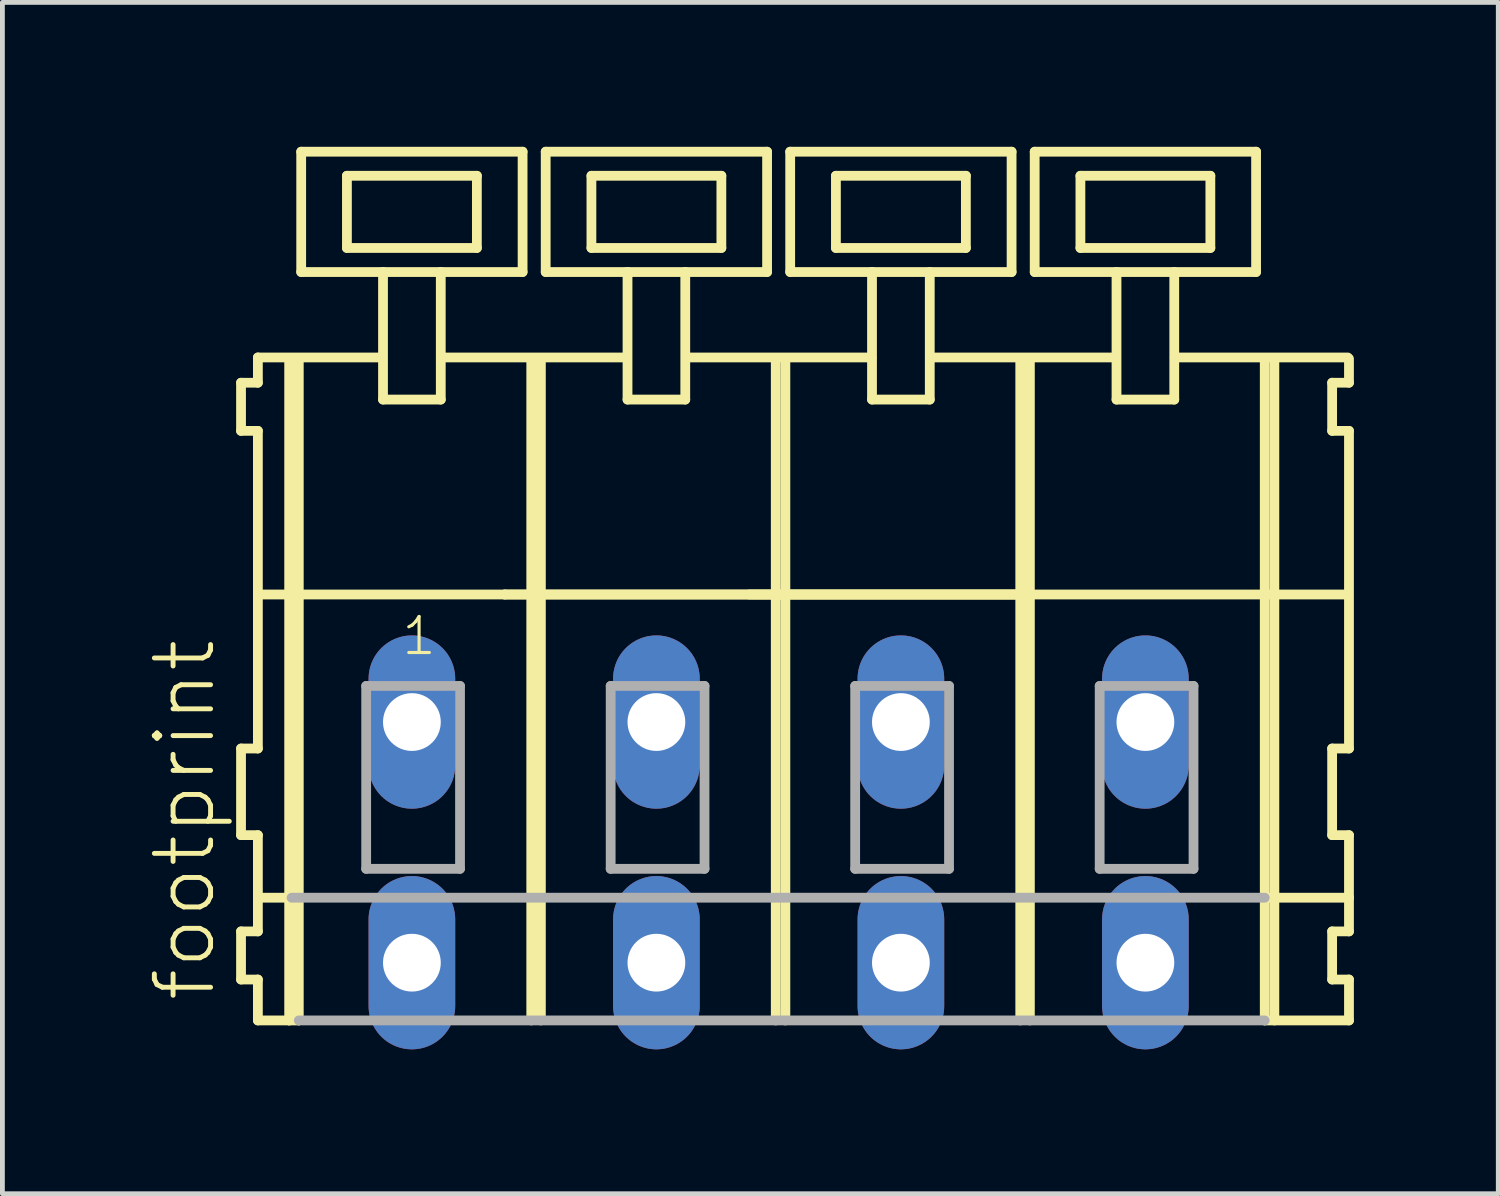
<source format=kicad_pcb>
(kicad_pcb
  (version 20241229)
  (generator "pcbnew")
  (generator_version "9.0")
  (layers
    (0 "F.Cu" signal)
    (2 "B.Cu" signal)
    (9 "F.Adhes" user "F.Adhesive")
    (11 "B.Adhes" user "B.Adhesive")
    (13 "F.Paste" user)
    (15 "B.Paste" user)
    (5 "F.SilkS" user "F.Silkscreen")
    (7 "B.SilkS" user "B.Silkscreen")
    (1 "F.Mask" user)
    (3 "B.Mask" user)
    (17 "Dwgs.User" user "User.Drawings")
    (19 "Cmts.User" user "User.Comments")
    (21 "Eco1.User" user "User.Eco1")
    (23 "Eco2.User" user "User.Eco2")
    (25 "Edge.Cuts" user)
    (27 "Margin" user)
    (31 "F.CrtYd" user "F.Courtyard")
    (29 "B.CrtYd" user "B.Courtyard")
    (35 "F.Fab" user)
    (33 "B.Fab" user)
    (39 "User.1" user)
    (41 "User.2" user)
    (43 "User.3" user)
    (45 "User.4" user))
  (footprint "footprint"
    (layer "F.Cu")
    (at 13.128 11.952)
    (property "Reference" "footprint" (at -11.655 5.855 90) (layer "F.SilkS") (effects (font (size 1.168 1.168) (thickness 0.102)) (justify left bottom)))
    (fp_line (start -11.17 -7.05) (end -11.17 -6.05) (stroke (width 0.203) (type solid)) (layer "F.SilkS"))
    (fp_line (start -11.17 -6.05) (end -10.82 -6.05) (stroke (width 0.203) (type solid)) (layer "F.SilkS"))
    (fp_line (start -11.17 0.55) (end -11.17 2.35) (stroke (width 0.203) (type solid)) (layer "F.SilkS"))
    (fp_line (start -11.17 2.35) (end -10.82 2.35) (stroke (width 0.203) (type solid)) (layer "F.SilkS"))
    (fp_line (start -11.17 4.35) (end -11.17 5.35) (stroke (width 0.203) (type solid)) (layer "F.SilkS"))
    (fp_line (start -11.17 5.35) (end -10.82 5.35) (stroke (width 0.203) (type solid)) (layer "F.SilkS"))
    (fp_line (start -10.82 -7.575) (end -10.82 -7.05) (stroke (width 0.203) (type solid)) (layer "F.SilkS"))
    (fp_line (start -10.82 -7.575) (end -8.245 -7.575) (stroke (width 0.203) (type solid)) (layer "F.SilkS"))
    (fp_line (start -10.82 -7.05) (end -11.17 -7.05) (stroke (width 0.203) (type solid)) (layer "F.SilkS"))
    (fp_line (start -10.82 -6.05) (end -10.82 0.55) (stroke (width 0.203) (type solid)) (layer "F.SilkS"))
    (fp_line (start -10.82 0.55) (end -11.17 0.55) (stroke (width 0.203) (type solid)) (layer "F.SilkS"))
    (fp_line (start -10.82 2.35) (end -10.82 4.35) (stroke (width 0.203) (type solid)) (layer "F.SilkS"))
    (fp_line (start -10.82 3.65) (end -10.12 3.65) (stroke (width 0.203) (type solid)) (layer "F.SilkS"))
    (fp_line (start -10.82 4.35) (end -11.17 4.35) (stroke (width 0.203) (type solid)) (layer "F.SilkS"))
    (fp_line (start -10.82 5.35) (end -10.82 6.2) (stroke (width 0.203) (type solid)) (layer "F.SilkS"))
    (fp_line (start -10.82 6.2) (end -10.17 6.2) (stroke (width 0.203) (type solid)) (layer "F.SilkS"))
    (fp_line (start -10.77 -2.65) (end -5.69 -2.65) (stroke (width 0.203) (type solid)) (layer "F.SilkS"))
    (fp_line (start -10.17 -7.55) (end -10.17 6.2) (stroke (width 0.203) (type solid)) (layer "F.SilkS"))
    (fp_line (start -10.17 6.2) (end -9.97 6.2) (stroke (width 0.203) (type solid)) (layer "F.SilkS"))
    (fp_line (start -9.97 -7.55) (end -9.97 6.2) (stroke (width 0.203) (type solid)) (layer "F.SilkS"))
    (fp_line (start -9.92 -11.85) (end -9.92 -9.35) (stroke (width 0.203) (type solid)) (layer "F.SilkS"))
    (fp_line (start -9.92 -9.35) (end -8.22 -9.35) (stroke (width 0.203) (type solid)) (layer "F.SilkS"))
    (fp_line (start -8.97 -11.35) (end -8.97 -9.85) (stroke (width 0.203) (type solid)) (layer "F.SilkS"))
    (fp_line (start -8.97 -9.85) (end -6.27 -9.85) (stroke (width 0.203) (type solid)) (layer "F.SilkS"))
    (fp_line (start -8.22 -9.35) (end -8.22 -6.7) (stroke (width 0.203) (type solid)) (layer "F.SilkS"))
    (fp_line (start -8.22 -9.35) (end -7.02 -9.35) (stroke (width 0.203) (type solid)) (layer "F.SilkS"))
    (fp_line (start -8.22 -6.7) (end -7.02 -6.7) (stroke (width 0.203) (type solid)) (layer "F.SilkS"))
    (fp_line (start -7.02 -9.35) (end -5.32 -9.35) (stroke (width 0.203) (type solid)) (layer "F.SilkS"))
    (fp_line (start -7.02 -6.7) (end -7.02 -9.35) (stroke (width 0.203) (type solid)) (layer "F.SilkS"))
    (fp_line (start -6.995 -7.575) (end -3.161 -7.575) (stroke (width 0.203) (type solid)) (layer "F.SilkS"))
    (fp_line (start -6.27 -11.35) (end -8.97 -11.35) (stroke (width 0.203) (type solid)) (layer "F.SilkS"))
    (fp_line (start -6.27 -9.85) (end -6.27 -11.35) (stroke (width 0.203) (type solid)) (layer "F.SilkS"))
    (fp_line (start -5.69 -2.65) (end -5.14 -2.65) (stroke (width 0.203) (type solid)) (layer "F.SilkS"))
    (fp_line (start -5.69 -2.65) (end -0.06 -2.65) (stroke (width 0.203) (type solid)) (layer "F.SilkS"))
    (fp_line (start -5.32 -11.85) (end -9.92 -11.85) (stroke (width 0.203) (type solid)) (layer "F.SilkS"))
    (fp_line (start -5.32 -9.35) (end -5.32 -11.85) (stroke (width 0.203) (type solid)) (layer "F.SilkS"))
    (fp_line (start -5.14 -7.55) (end -5.14 -2.65) (stroke (width 0.203) (type solid)) (layer "F.SilkS"))
    (fp_line (start -5.14 -2.65) (end -5.14 6.2) (stroke (width 0.203) (type solid)) (layer "F.SilkS"))
    (fp_line (start -5.14 -2.65) (end -0.06 -2.65) (stroke (width 0.203) (type solid)) (layer "F.SilkS"))
    (fp_line (start -4.94 -7.55) (end -4.94 6.2) (stroke (width 0.203) (type solid)) (layer "F.SilkS"))
    (fp_line (start -4.84 -11.85) (end -4.84 -9.35) (stroke (width 0.203) (type solid)) (layer "F.SilkS"))
    (fp_line (start -4.84 -9.35) (end -3.14 -9.35) (stroke (width 0.203) (type solid)) (layer "F.SilkS"))
    (fp_line (start -3.89 -11.35) (end -3.89 -9.85) (stroke (width 0.203) (type solid)) (layer "F.SilkS"))
    (fp_line (start -3.89 -9.85) (end -1.19 -9.85) (stroke (width 0.203) (type solid)) (layer "F.SilkS"))
    (fp_line (start -3.14 -9.35) (end -3.14 -6.7) (stroke (width 0.203) (type solid)) (layer "F.SilkS"))
    (fp_line (start -3.14 -9.35) (end -1.94 -9.35) (stroke (width 0.203) (type solid)) (layer "F.SilkS"))
    (fp_line (start -3.14 -6.7) (end -1.94 -6.7) (stroke (width 0.203) (type solid)) (layer "F.SilkS"))
    (fp_line (start -1.94 -9.35) (end -0.24 -9.35) (stroke (width 0.203) (type solid)) (layer "F.SilkS"))
    (fp_line (start -1.94 -6.7) (end -1.94 -9.35) (stroke (width 0.203) (type solid)) (layer "F.SilkS"))
    (fp_line (start -1.915 -7.575) (end 1.93 -7.575) (stroke (width 0.203) (type solid)) (layer "F.SilkS"))
    (fp_line (start -1.19 -11.35) (end -3.89 -11.35) (stroke (width 0.203) (type solid)) (layer "F.SilkS"))
    (fp_line (start -1.19 -9.85) (end -1.19 -11.35) (stroke (width 0.203) (type solid)) (layer "F.SilkS"))
    (fp_line (start -0.61 -2.65) (end 5.02 -2.65) (stroke (width 0.203) (type solid)) (layer "F.SilkS"))
    (fp_line (start -0.24 -11.85) (end -4.84 -11.85) (stroke (width 0.203) (type solid)) (layer "F.SilkS"))
    (fp_line (start -0.24 -9.35) (end -0.24 -11.85) (stroke (width 0.203) (type solid)) (layer "F.SilkS"))
    (fp_line (start -0.06 -7.55) (end -0.06 -2.65) (stroke (width 0.203) (type solid)) (layer "F.SilkS"))
    (fp_line (start -0.06 -2.65) (end -0.06 6.2) (stroke (width 0.203) (type solid)) (layer "F.SilkS"))
    (fp_line (start -0.06 -2.65) (end 5.02 -2.65) (stroke (width 0.203) (type solid)) (layer "F.SilkS"))
    (fp_line (start -0.06 -2.65) (end 10.1 -2.65) (stroke (width 0.203) (type solid)) (layer "F.SilkS"))
    (fp_line (start 0.14 -7.55) (end 0.14 6.2) (stroke (width 0.203) (type solid)) (layer "F.SilkS"))
    (fp_line (start 0.24 -11.85) (end 0.24 -9.35) (stroke (width 0.203) (type solid)) (layer "F.SilkS"))
    (fp_line (start 0.24 -9.35) (end 1.94 -9.35) (stroke (width 0.203) (type solid)) (layer "F.SilkS"))
    (fp_line (start 1.19 -11.35) (end 1.19 -9.85) (stroke (width 0.203) (type solid)) (layer "F.SilkS"))
    (fp_line (start 1.19 -9.85) (end 3.89 -9.85) (stroke (width 0.203) (type solid)) (layer "F.SilkS"))
    (fp_line (start 1.94 -9.35) (end 1.94 -6.7) (stroke (width 0.203) (type solid)) (layer "F.SilkS"))
    (fp_line (start 1.94 -9.35) (end 3.14 -9.35) (stroke (width 0.203) (type solid)) (layer "F.SilkS"))
    (fp_line (start 1.94 -6.7) (end 3.14 -6.7) (stroke (width 0.203) (type solid)) (layer "F.SilkS"))
    (fp_line (start 3.14 -9.35) (end 4.84 -9.35) (stroke (width 0.203) (type solid)) (layer "F.SilkS"))
    (fp_line (start 3.14 -6.7) (end 3.14 -9.35) (stroke (width 0.203) (type solid)) (layer "F.SilkS"))
    (fp_line (start 3.165 -7.575) (end 7.01 -7.575) (stroke (width 0.203) (type solid)) (layer "F.SilkS"))
    (fp_line (start 3.89 -11.35) (end 1.19 -11.35) (stroke (width 0.203) (type solid)) (layer "F.SilkS"))
    (fp_line (start 3.89 -9.85) (end 3.89 -11.35) (stroke (width 0.203) (type solid)) (layer "F.SilkS"))
    (fp_line (start 4.84 -11.85) (end 0.24 -11.85) (stroke (width 0.203) (type solid)) (layer "F.SilkS"))
    (fp_line (start 4.84 -9.35) (end 4.84 -11.85) (stroke (width 0.203) (type solid)) (layer "F.SilkS"))
    (fp_line (start 5.02 -7.55) (end 5.02 -2.65) (stroke (width 0.203) (type solid)) (layer "F.SilkS"))
    (fp_line (start 5.02 -2.65) (end 5.02 6.2) (stroke (width 0.203) (type solid)) (layer "F.SilkS"))
    (fp_line (start 5.22 -7.55) (end 5.22 6.2) (stroke (width 0.203) (type solid)) (layer "F.SilkS"))
    (fp_line (start 5.32 -11.85) (end 5.32 -9.35) (stroke (width 0.203) (type solid)) (layer "F.SilkS"))
    (fp_line (start 5.32 -9.35) (end 7.02 -9.35) (stroke (width 0.203) (type solid)) (layer "F.SilkS"))
    (fp_line (start 6.27 -11.35) (end 6.27 -9.85) (stroke (width 0.203) (type solid)) (layer "F.SilkS"))
    (fp_line (start 6.27 -9.85) (end 8.97 -9.85) (stroke (width 0.203) (type solid)) (layer "F.SilkS"))
    (fp_line (start 7.02 -9.35) (end 7.02 -6.7) (stroke (width 0.203) (type solid)) (layer "F.SilkS"))
    (fp_line (start 7.02 -9.35) (end 8.22 -9.35) (stroke (width 0.203) (type solid)) (layer "F.SilkS"))
    (fp_line (start 7.02 -6.7) (end 8.22 -6.7) (stroke (width 0.203) (type solid)) (layer "F.SilkS"))
    (fp_line (start 8.22 -9.35) (end 9.92 -9.35) (stroke (width 0.203) (type solid)) (layer "F.SilkS"))
    (fp_line (start 8.22 -6.7) (end 8.22 -9.35) (stroke (width 0.203) (type solid)) (layer "F.SilkS"))
    (fp_line (start 8.23 -7.575) (end 11.825 -7.575) (stroke (width 0.203) (type solid)) (layer "F.SilkS"))
    (fp_line (start 8.97 -11.35) (end 6.27 -11.35) (stroke (width 0.203) (type solid)) (layer "F.SilkS"))
    (fp_line (start 8.97 -9.85) (end 8.97 -11.35) (stroke (width 0.203) (type solid)) (layer "F.SilkS"))
    (fp_line (start 9.92 -11.85) (end 5.32 -11.85) (stroke (width 0.203) (type solid)) (layer "F.SilkS"))
    (fp_line (start 9.92 -9.35) (end 9.92 -11.85) (stroke (width 0.203) (type solid)) (layer "F.SilkS"))
    (fp_line (start 10.1 -7.55) (end 10.1 -2.65) (stroke (width 0.203) (type solid)) (layer "F.SilkS"))
    (fp_line (start 10.1 -2.65) (end 10.1 6.2) (stroke (width 0.203) (type solid)) (layer "F.SilkS"))
    (fp_line (start 10.1 -2.65) (end 11.8 -2.65) (stroke (width 0.203) (type solid)) (layer "F.SilkS"))
    (fp_line (start 10.1 6.2) (end 11.85 6.2) (stroke (width 0.203) (type solid)) (layer "F.SilkS"))
    (fp_line (start 10.15 3.65) (end 11.85 3.65) (stroke (width 0.203) (type solid)) (layer "F.SilkS"))
    (fp_line (start 10.3 -7.55) (end 10.3 6.2) (stroke (width 0.203) (type solid)) (layer "F.SilkS"))
    (fp_line (start 11.5 -7.05) (end 11.5 -6.05) (stroke (width 0.203) (type solid)) (layer "F.SilkS"))
    (fp_line (start 11.5 -6.05) (end 11.85 -6.05) (stroke (width 0.203) (type solid)) (layer "F.SilkS"))
    (fp_line (start 11.5 0.55) (end 11.5 2.35) (stroke (width 0.203) (type solid)) (layer "F.SilkS"))
    (fp_line (start 11.5 2.35) (end 11.85 2.35) (stroke (width 0.203) (type solid)) (layer "F.SilkS"))
    (fp_line (start 11.5 4.35) (end 11.5 5.35) (stroke (width 0.203) (type solid)) (layer "F.SilkS"))
    (fp_line (start 11.5 5.35) (end 11.85 5.35) (stroke (width 0.203) (type solid)) (layer "F.SilkS"))
    (fp_line (start 11.85 -7.05) (end 11.5 -7.05) (stroke (width 0.203) (type solid)) (layer "F.SilkS"))
    (fp_line (start 11.85 -7.05) (end 11.85 -7.55) (stroke (width 0.203) (type solid)) (layer "F.SilkS"))
    (fp_line (start 11.85 0.55) (end 11.5 0.55) (stroke (width 0.203) (type solid)) (layer "F.SilkS"))
    (fp_line (start 11.85 0.55) (end 11.85 -6.05) (stroke (width 0.203) (type solid)) (layer "F.SilkS"))
    (fp_line (start 11.85 3.65) (end 11.85 2.35) (stroke (width 0.203) (type solid)) (layer "F.SilkS"))
    (fp_line (start 11.85 4.35) (end 11.5 4.35) (stroke (width 0.203) (type solid)) (layer "F.SilkS"))
    (fp_line (start 11.85 4.35) (end 11.85 3.65) (stroke (width 0.203) (type solid)) (layer "F.SilkS"))
    (fp_line (start 11.85 6.2) (end 11.85 5.35) (stroke (width 0.203) (type solid)) (layer "F.SilkS"))
    (fp_line (start -10.12 3.65) (end 10.1 3.65) (stroke (width 0.203) (type solid)) (layer "F.Fab"))
    (fp_line (start -9.97 6.2) (end 10.1 6.2) (stroke (width 0.203) (type solid)) (layer "F.Fab"))
    (fp_line (start -8.57 -0.75) (end -8.57 3.05) (stroke (width 0.203) (type solid)) (layer "F.Fab"))
    (fp_line (start -8.57 3.05) (end -6.62 3.05) (stroke (width 0.203) (type solid)) (layer "F.Fab"))
    (fp_line (start -6.62 -0.75) (end -8.57 -0.75) (stroke (width 0.203) (type solid)) (layer "F.Fab"))
    (fp_line (start -6.62 3.05) (end -6.62 -0.75) (stroke (width 0.203) (type solid)) (layer "F.Fab"))
    (fp_line (start -3.49 -0.75) (end -3.49 3.05) (stroke (width 0.203) (type solid)) (layer "F.Fab"))
    (fp_line (start -3.49 3.05) (end -1.54 3.05) (stroke (width 0.203) (type solid)) (layer "F.Fab"))
    (fp_line (start -1.54 -0.75) (end -3.49 -0.75) (stroke (width 0.203) (type solid)) (layer "F.Fab"))
    (fp_line (start -1.54 3.05) (end -1.54 -0.75) (stroke (width 0.203) (type solid)) (layer "F.Fab"))
    (fp_line (start 1.59 -0.75) (end 1.59 3.05) (stroke (width 0.203) (type solid)) (layer "F.Fab"))
    (fp_line (start 1.59 3.05) (end 3.54 3.05) (stroke (width 0.203) (type solid)) (layer "F.Fab"))
    (fp_line (start 3.54 -0.75) (end 1.59 -0.75) (stroke (width 0.203) (type solid)) (layer "F.Fab"))
    (fp_line (start 3.54 3.05) (end 3.54 -0.75) (stroke (width 0.203) (type solid)) (layer "F.Fab"))
    (fp_line (start 6.67 -0.75) (end 6.67 3.05) (stroke (width 0.203) (type solid)) (layer "F.Fab"))
    (fp_line (start 6.67 3.05) (end 8.62 3.05) (stroke (width 0.203) (type solid)) (layer "F.Fab"))
    (fp_line (start 8.62 -0.75) (end 6.67 -0.75) (stroke (width 0.203) (type solid)) (layer "F.Fab"))
    (fp_line (start 8.62 3.05) (end 8.62 -0.75) (stroke (width 0.203) (type solid)) (layer "F.Fab"))
    (fp_text user "1" (at -7.87 -1.35 0) (layer "F.SilkS") (effects (font (size 0.748 0.748) (thickness 0.065)) (justify left bottom)))
    (pad "A1" thru_hole oval (at -7.62 0 90) (size 3.6 1.8) (drill 1.2) (layers "*.Cu" "*.Mask"))
    (pad "A2" thru_hole oval (at -2.54 0 90) (size 3.6 1.8) (drill 1.2) (layers "*.Cu" "*.Mask"))
    (pad "A3" thru_hole oval (at 2.54 0 90) (size 3.6 1.8) (drill 1.2) (layers "*.Cu" "*.Mask"))
    (pad "A4" thru_hole oval (at 7.62 0 90) (size 3.6 1.8) (drill 1.2) (layers "*.Cu" "*.Mask"))
    (pad "B1" thru_hole oval (at -7.62 5 90) (size 3.6 1.8) (drill 1.2) (layers "*.Cu" "*.Mask"))
    (pad "B2" thru_hole oval (at -2.54 5 90) (size 3.6 1.8) (drill 1.2) (layers "*.Cu" "*.Mask"))
    (pad "B3" thru_hole oval (at 2.54 5 90) (size 3.6 1.8) (drill 1.2) (layers "*.Cu" "*.Mask"))
    (pad "B4" thru_hole oval (at 7.62 5 90) (size 3.6 1.8) (drill 1.2) (layers "*.Cu" "*.Mask")))
  (gr_rect
    (start -3 -3)
    (end 28.08 21.752)
    (stroke (width 0.1) (type default))
    (fill no)
    (layer "Edge.Cuts")))
</source>
